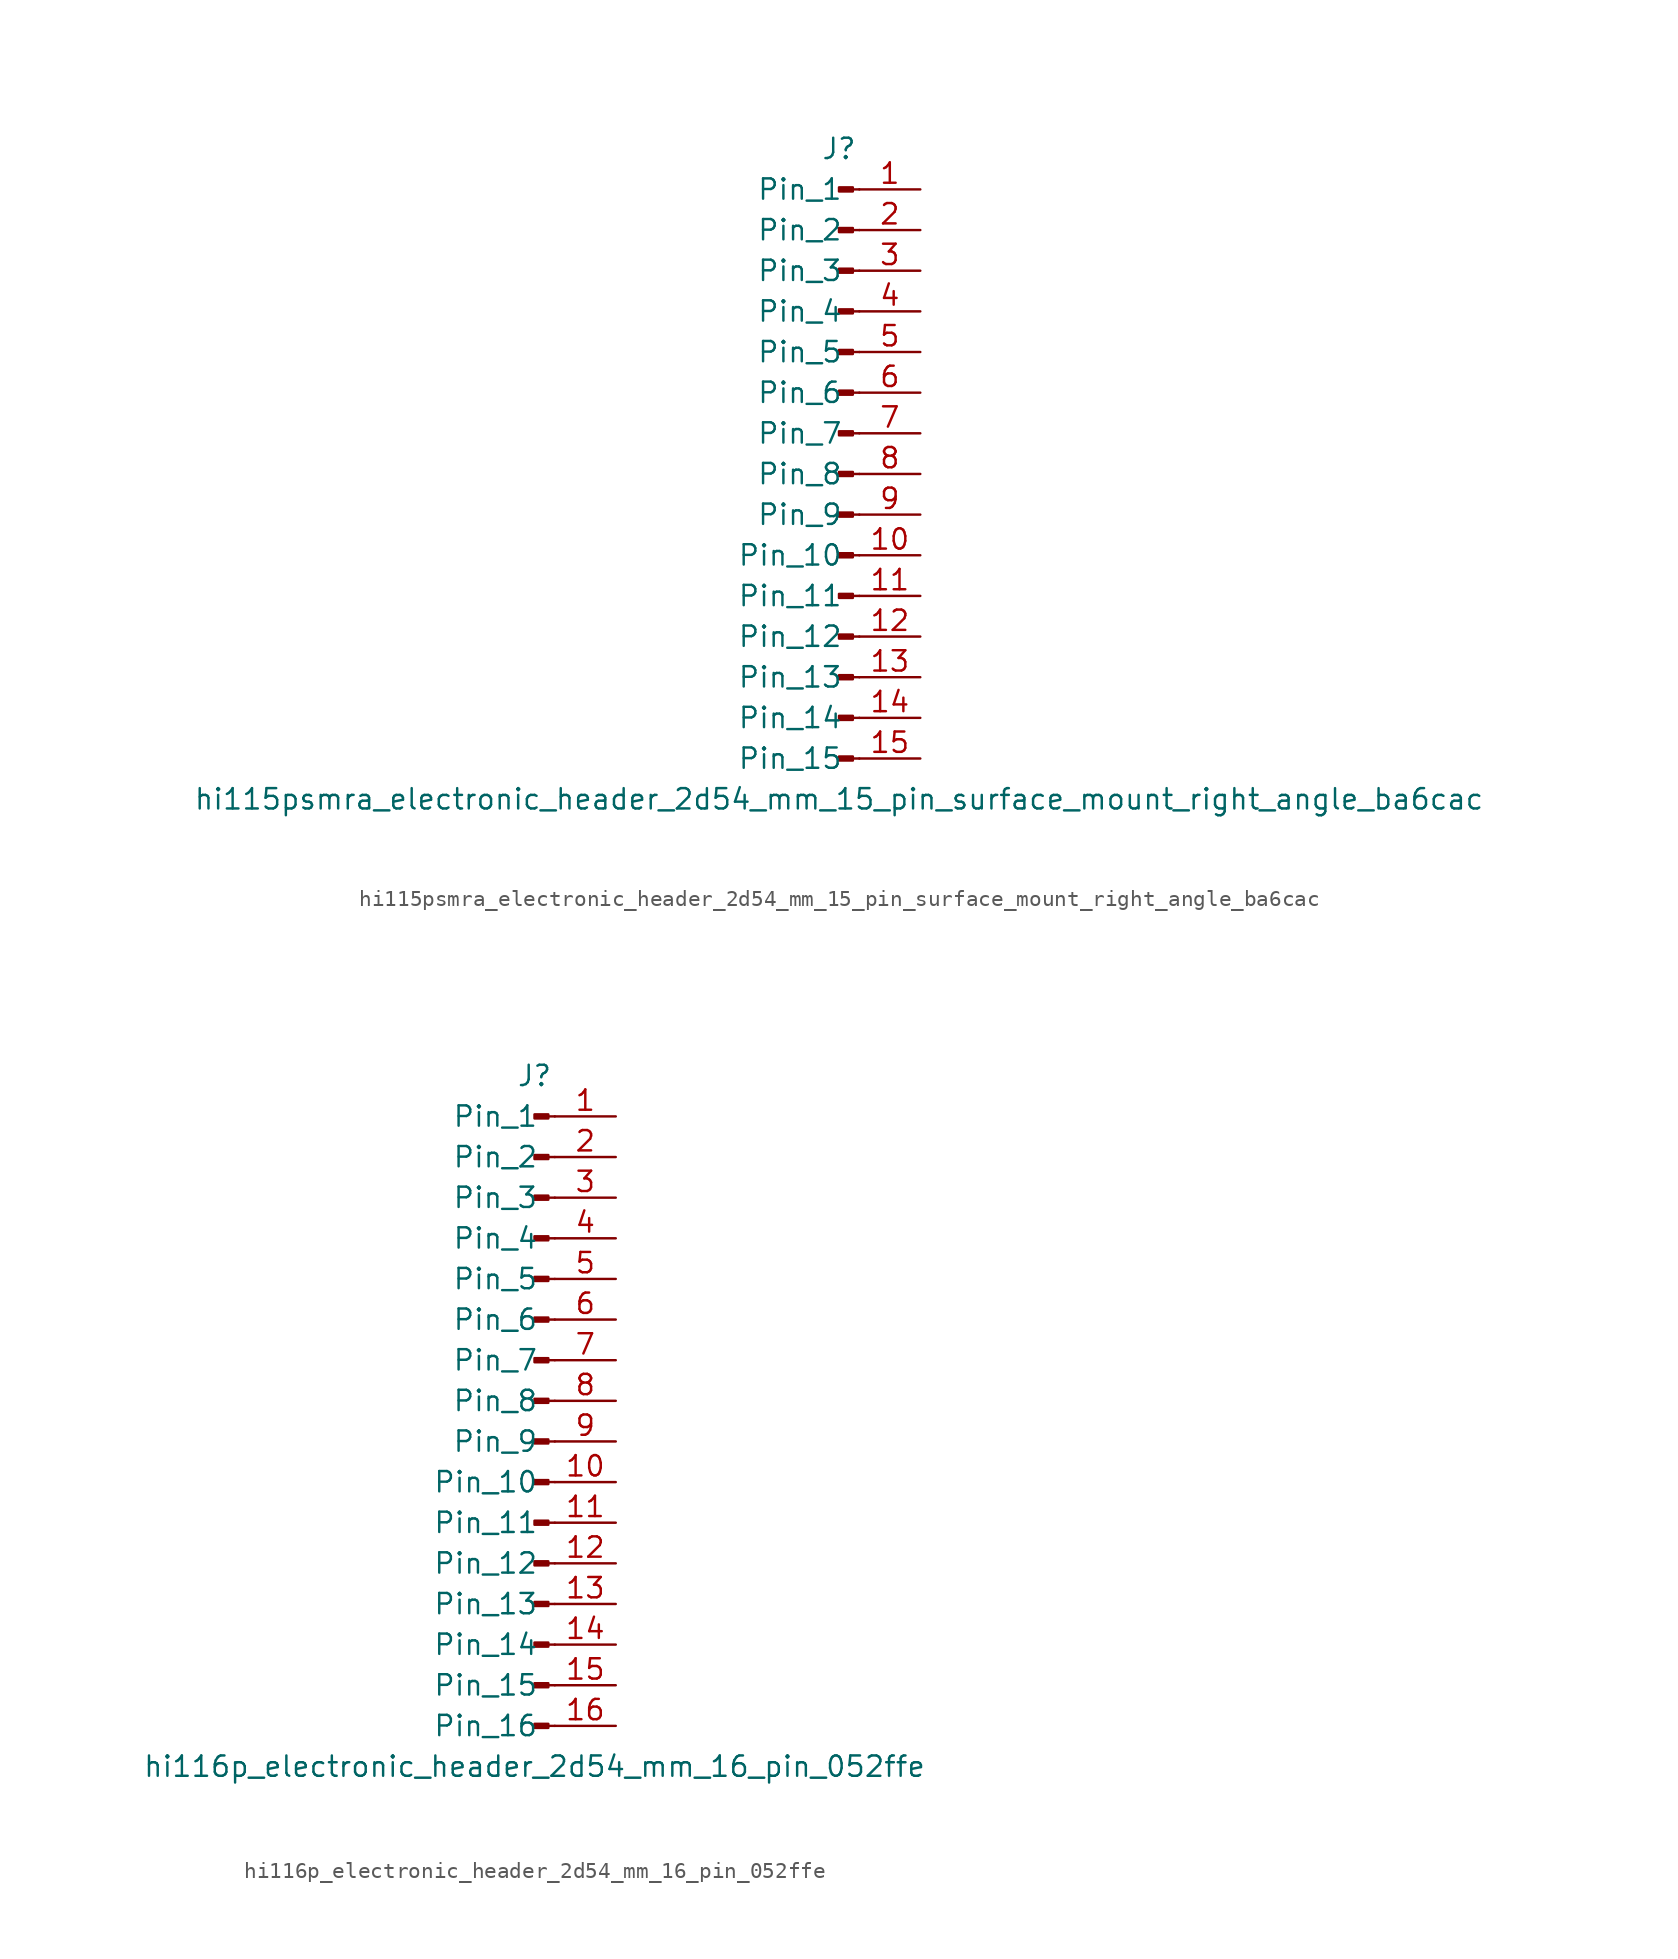
<source format=kicad_sym>
(kicad_symbol_lib
  (version 20220914)
  (generator kicad_symbol_editor)
  (symbol "hi115psmra_electronic_header_2d54_mm_15_pin_surface_mount_right_angle_ba6cac"
    (pin_names
      (offset 1.016))
    (property "Reference" "J"
      (at 0 20.32 0)
      (effects (font (size 1.27 1.27))))
    (property "Value" "hi115psmra_electronic_header_2d54_mm_15_pin_surface_mount_right_angle_ba6cac"
      (at 0 -20.32 0)
      (effects (font (size 1.27 1.27))))
    (property "ki_locked" ""
      (at 0 0 0)
      (effects (font (size 1.27 1.27))))
    (symbol "hi115psmra_electronic_header_2d54_mm_15_pin_surface_mount_right_angle_ba6cac_1_1"
      (polyline (pts (xy 1.27 -17.78) (xy 0.864 -17.78)) (stroke (width 0.152) (type default)) (fill (type none)))
      (polyline (pts (xy 1.27 -15.24) (xy 0.864 -15.24)) (stroke (width 0.152) (type default)) (fill (type none)))
      (polyline (pts (xy 1.27 -12.7) (xy 0.864 -12.7)) (stroke (width 0.152) (type default)) (fill (type none)))
      (polyline (pts (xy 1.27 -10.16) (xy 0.864 -10.16)) (stroke (width 0.152) (type default)) (fill (type none)))
      (polyline (pts (xy 1.27 -7.62) (xy 0.864 -7.62)) (stroke (width 0.152) (type default)) (fill (type none)))
      (polyline (pts (xy 1.27 -5.08) (xy 0.864 -5.08)) (stroke (width 0.152) (type default)) (fill (type none)))
      (polyline (pts (xy 1.27 -2.54) (xy 0.864 -2.54)) (stroke (width 0.152) (type default)) (fill (type none)))
      (polyline (pts (xy 1.27 0) (xy 0.864 0)) (stroke (width 0.152) (type default)) (fill (type none)))
      (polyline (pts (xy 1.27 2.54) (xy 0.864 2.54)) (stroke (width 0.152) (type default)) (fill (type none)))
      (polyline (pts (xy 1.27 5.08) (xy 0.864 5.08)) (stroke (width 0.152) (type default)) (fill (type none)))
      (polyline (pts (xy 1.27 7.62) (xy 0.864 7.62)) (stroke (width 0.152) (type default)) (fill (type none)))
      (polyline (pts (xy 1.27 10.16) (xy 0.864 10.16)) (stroke (width 0.152) (type default)) (fill (type none)))
      (polyline (pts (xy 1.27 12.7) (xy 0.864 12.7)) (stroke (width 0.152) (type default)) (fill (type none)))
      (polyline (pts (xy 1.27 15.24) (xy 0.864 15.24)) (stroke (width 0.152) (type default)) (fill (type none)))
      (polyline (pts (xy 1.27 17.78) (xy 0.864 17.78)) (stroke (width 0.152) (type default)) (fill (type none)))
      (rectangle (start 0.864 -17.653) (end 0 -17.907) (stroke (width 0.152) (type default)) (fill (type outline)))
      (rectangle (start 0.864 -15.113) (end 0 -15.367) (stroke (width 0.152) (type default)) (fill (type outline)))
      (rectangle (start 0.864 -12.573) (end 0 -12.827) (stroke (width 0.152) (type default)) (fill (type outline)))
      (rectangle (start 0.864 -10.033) (end 0 -10.287) (stroke (width 0.152) (type default)) (fill (type outline)))
      (rectangle (start 0.864 -7.493) (end 0 -7.747) (stroke (width 0.152) (type default)) (fill (type outline)))
      (rectangle (start 0.864 -4.953) (end 0 -5.207) (stroke (width 0.152) (type default)) (fill (type outline)))
      (rectangle (start 0.864 -2.413) (end 0 -2.667) (stroke (width 0.152) (type default)) (fill (type outline)))
      (rectangle (start 0.864 0.127) (end 0 -0.127) (stroke (width 0.152) (type default)) (fill (type outline)))
      (rectangle (start 0.864 2.667) (end 0 2.413) (stroke (width 0.152) (type default)) (fill (type outline)))
      (rectangle (start 0.864 5.207) (end 0 4.953) (stroke (width 0.152) (type default)) (fill (type outline)))
      (rectangle (start 0.864 7.747) (end 0 7.493) (stroke (width 0.152) (type default)) (fill (type outline)))
      (rectangle (start 0.864 10.287) (end 0 10.033) (stroke (width 0.152) (type default)) (fill (type outline)))
      (rectangle (start 0.864 12.827) (end 0 12.573) (stroke (width 0.152) (type default)) (fill (type outline)))
      (rectangle (start 0.864 15.367) (end 0 15.113) (stroke (width 0.152) (type default)) (fill (type outline)))
      (rectangle (start 0.864 17.907) (end 0 17.653) (stroke (width 0.152) (type default)) (fill (type outline)))
      (pin passive line (at 5.08 17.78 180) (length 3.81) (name "Pin_1" (effects (font (size 1.27 1.27)))) (number "1" (effects (font (size 1.27 1.27)))))
      (pin passive line (at 5.08 -5.08 180) (length 3.81) (name "Pin_10" (effects (font (size 1.27 1.27)))) (number "10" (effects (font (size 1.27 1.27)))))
      (pin passive line (at 5.08 -7.62 180) (length 3.81) (name "Pin_11" (effects (font (size 1.27 1.27)))) (number "11" (effects (font (size 1.27 1.27)))))
      (pin passive line (at 5.08 -10.16 180) (length 3.81) (name "Pin_12" (effects (font (size 1.27 1.27)))) (number "12" (effects (font (size 1.27 1.27)))))
      (pin passive line (at 5.08 -12.7 180) (length 3.81) (name "Pin_13" (effects (font (size 1.27 1.27)))) (number "13" (effects (font (size 1.27 1.27)))))
      (pin passive line (at 5.08 -15.24 180) (length 3.81) (name "Pin_14" (effects (font (size 1.27 1.27)))) (number "14" (effects (font (size 1.27 1.27)))))
      (pin passive line (at 5.08 -17.78 180) (length 3.81) (name "Pin_15" (effects (font (size 1.27 1.27)))) (number "15" (effects (font (size 1.27 1.27)))))
      (pin passive line (at 5.08 15.24 180) (length 3.81) (name "Pin_2" (effects (font (size 1.27 1.27)))) (number "2" (effects (font (size 1.27 1.27)))))
      (pin passive line (at 5.08 12.7 180) (length 3.81) (name "Pin_3" (effects (font (size 1.27 1.27)))) (number "3" (effects (font (size 1.27 1.27)))))
      (pin passive line (at 5.08 10.16 180) (length 3.81) (name "Pin_4" (effects (font (size 1.27 1.27)))) (number "4" (effects (font (size 1.27 1.27)))))
      (pin passive line (at 5.08 7.62 180) (length 3.81) (name "Pin_5" (effects (font (size 1.27 1.27)))) (number "5" (effects (font (size 1.27 1.27)))))
      (pin passive line (at 5.08 5.08 180) (length 3.81) (name "Pin_6" (effects (font (size 1.27 1.27)))) (number "6" (effects (font (size 1.27 1.27)))))
      (pin passive line (at 5.08 2.54 180) (length 3.81) (name "Pin_7" (effects (font (size 1.27 1.27)))) (number "7" (effects (font (size 1.27 1.27)))))
      (pin passive line (at 5.08 0 180) (length 3.81) (name "Pin_8" (effects (font (size 1.27 1.27)))) (number "8" (effects (font (size 1.27 1.27)))))
      (pin passive line (at 5.08 -2.54 180) (length 3.81) (name "Pin_9" (effects (font (size 1.27 1.27)))) (number "9" (effects (font (size 1.27 1.27)))))))
  (symbol "hi116p_electronic_header_2d54_mm_16_pin_052ffe"
    (pin_names
      (offset 1.016))
    (property "Reference" "J"
      (at 0 20.32 0)
      (effects (font (size 1.27 1.27))))
    (property "Value" "hi116p_electronic_header_2d54_mm_16_pin_052ffe"
      (at 0 -22.86 0)
      (effects (font (size 1.27 1.27))))
    (property "ki_locked" ""
      (at 0 0 0)
      (effects (font (size 1.27 1.27))))
    (symbol "hi116p_electronic_header_2d54_mm_16_pin_052ffe_1_1"
      (polyline (pts (xy 1.27 -20.32) (xy 0.864 -20.32)) (stroke (width 0.152) (type default)) (fill (type none)))
      (polyline (pts (xy 1.27 -17.78) (xy 0.864 -17.78)) (stroke (width 0.152) (type default)) (fill (type none)))
      (polyline (pts (xy 1.27 -15.24) (xy 0.864 -15.24)) (stroke (width 0.152) (type default)) (fill (type none)))
      (polyline (pts (xy 1.27 -12.7) (xy 0.864 -12.7)) (stroke (width 0.152) (type default)) (fill (type none)))
      (polyline (pts (xy 1.27 -10.16) (xy 0.864 -10.16)) (stroke (width 0.152) (type default)) (fill (type none)))
      (polyline (pts (xy 1.27 -7.62) (xy 0.864 -7.62)) (stroke (width 0.152) (type default)) (fill (type none)))
      (polyline (pts (xy 1.27 -5.08) (xy 0.864 -5.08)) (stroke (width 0.152) (type default)) (fill (type none)))
      (polyline (pts (xy 1.27 -2.54) (xy 0.864 -2.54)) (stroke (width 0.152) (type default)) (fill (type none)))
      (polyline (pts (xy 1.27 0) (xy 0.864 0)) (stroke (width 0.152) (type default)) (fill (type none)))
      (polyline (pts (xy 1.27 2.54) (xy 0.864 2.54)) (stroke (width 0.152) (type default)) (fill (type none)))
      (polyline (pts (xy 1.27 5.08) (xy 0.864 5.08)) (stroke (width 0.152) (type default)) (fill (type none)))
      (polyline (pts (xy 1.27 7.62) (xy 0.864 7.62)) (stroke (width 0.152) (type default)) (fill (type none)))
      (polyline (pts (xy 1.27 10.16) (xy 0.864 10.16)) (stroke (width 0.152) (type default)) (fill (type none)))
      (polyline (pts (xy 1.27 12.7) (xy 0.864 12.7)) (stroke (width 0.152) (type default)) (fill (type none)))
      (polyline (pts (xy 1.27 15.24) (xy 0.864 15.24)) (stroke (width 0.152) (type default)) (fill (type none)))
      (polyline (pts (xy 1.27 17.78) (xy 0.864 17.78)) (stroke (width 0.152) (type default)) (fill (type none)))
      (rectangle (start 0.864 -20.193) (end 0 -20.447) (stroke (width 0.152) (type default)) (fill (type outline)))
      (rectangle (start 0.864 -17.653) (end 0 -17.907) (stroke (width 0.152) (type default)) (fill (type outline)))
      (rectangle (start 0.864 -15.113) (end 0 -15.367) (stroke (width 0.152) (type default)) (fill (type outline)))
      (rectangle (start 0.864 -12.573) (end 0 -12.827) (stroke (width 0.152) (type default)) (fill (type outline)))
      (rectangle (start 0.864 -10.033) (end 0 -10.287) (stroke (width 0.152) (type default)) (fill (type outline)))
      (rectangle (start 0.864 -7.493) (end 0 -7.747) (stroke (width 0.152) (type default)) (fill (type outline)))
      (rectangle (start 0.864 -4.953) (end 0 -5.207) (stroke (width 0.152) (type default)) (fill (type outline)))
      (rectangle (start 0.864 -2.413) (end 0 -2.667) (stroke (width 0.152) (type default)) (fill (type outline)))
      (rectangle (start 0.864 0.127) (end 0 -0.127) (stroke (width 0.152) (type default)) (fill (type outline)))
      (rectangle (start 0.864 2.667) (end 0 2.413) (stroke (width 0.152) (type default)) (fill (type outline)))
      (rectangle (start 0.864 5.207) (end 0 4.953) (stroke (width 0.152) (type default)) (fill (type outline)))
      (rectangle (start 0.864 7.747) (end 0 7.493) (stroke (width 0.152) (type default)) (fill (type outline)))
      (rectangle (start 0.864 10.287) (end 0 10.033) (stroke (width 0.152) (type default)) (fill (type outline)))
      (rectangle (start 0.864 12.827) (end 0 12.573) (stroke (width 0.152) (type default)) (fill (type outline)))
      (rectangle (start 0.864 15.367) (end 0 15.113) (stroke (width 0.152) (type default)) (fill (type outline)))
      (rectangle (start 0.864 17.907) (end 0 17.653) (stroke (width 0.152) (type default)) (fill (type outline)))
      (pin passive line (at 5.08 17.78 180) (length 3.81) (name "Pin_1" (effects (font (size 1.27 1.27)))) (number "1" (effects (font (size 1.27 1.27)))))
      (pin passive line (at 5.08 -5.08 180) (length 3.81) (name "Pin_10" (effects (font (size 1.27 1.27)))) (number "10" (effects (font (size 1.27 1.27)))))
      (pin passive line (at 5.08 -7.62 180) (length 3.81) (name "Pin_11" (effects (font (size 1.27 1.27)))) (number "11" (effects (font (size 1.27 1.27)))))
      (pin passive line (at 5.08 -10.16 180) (length 3.81) (name "Pin_12" (effects (font (size 1.27 1.27)))) (number "12" (effects (font (size 1.27 1.27)))))
      (pin passive line (at 5.08 -12.7 180) (length 3.81) (name "Pin_13" (effects (font (size 1.27 1.27)))) (number "13" (effects (font (size 1.27 1.27)))))
      (pin passive line (at 5.08 -15.24 180) (length 3.81) (name "Pin_14" (effects (font (size 1.27 1.27)))) (number "14" (effects (font (size 1.27 1.27)))))
      (pin passive line (at 5.08 -17.78 180) (length 3.81) (name "Pin_15" (effects (font (size 1.27 1.27)))) (number "15" (effects (font (size 1.27 1.27)))))
      (pin passive line (at 5.08 -20.32 180) (length 3.81) (name "Pin_16" (effects (font (size 1.27 1.27)))) (number "16" (effects (font (size 1.27 1.27)))))
      (pin passive line (at 5.08 15.24 180) (length 3.81) (name "Pin_2" (effects (font (size 1.27 1.27)))) (number "2" (effects (font (size 1.27 1.27)))))
      (pin passive line (at 5.08 12.7 180) (length 3.81) (name "Pin_3" (effects (font (size 1.27 1.27)))) (number "3" (effects (font (size 1.27 1.27)))))
      (pin passive line (at 5.08 10.16 180) (length 3.81) (name "Pin_4" (effects (font (size 1.27 1.27)))) (number "4" (effects (font (size 1.27 1.27)))))
      (pin passive line (at 5.08 7.62 180) (length 3.81) (name "Pin_5" (effects (font (size 1.27 1.27)))) (number "5" (effects (font (size 1.27 1.27)))))
      (pin passive line (at 5.08 5.08 180) (length 3.81) (name "Pin_6" (effects (font (size 1.27 1.27)))) (number "6" (effects (font (size 1.27 1.27)))))
      (pin passive line (at 5.08 2.54 180) (length 3.81) (name "Pin_7" (effects (font (size 1.27 1.27)))) (number "7" (effects (font (size 1.27 1.27)))))
      (pin passive line (at 5.08 0 180) (length 3.81) (name "Pin_8" (effects (font (size 1.27 1.27)))) (number "8" (effects (font (size 1.27 1.27)))))
      (pin passive line (at 5.08 -2.54 180) (length 3.81) (name "Pin_9" (effects (font (size 1.27 1.27)))) (number "9" (effects (font (size 1.27 1.27))))))))
</source>
